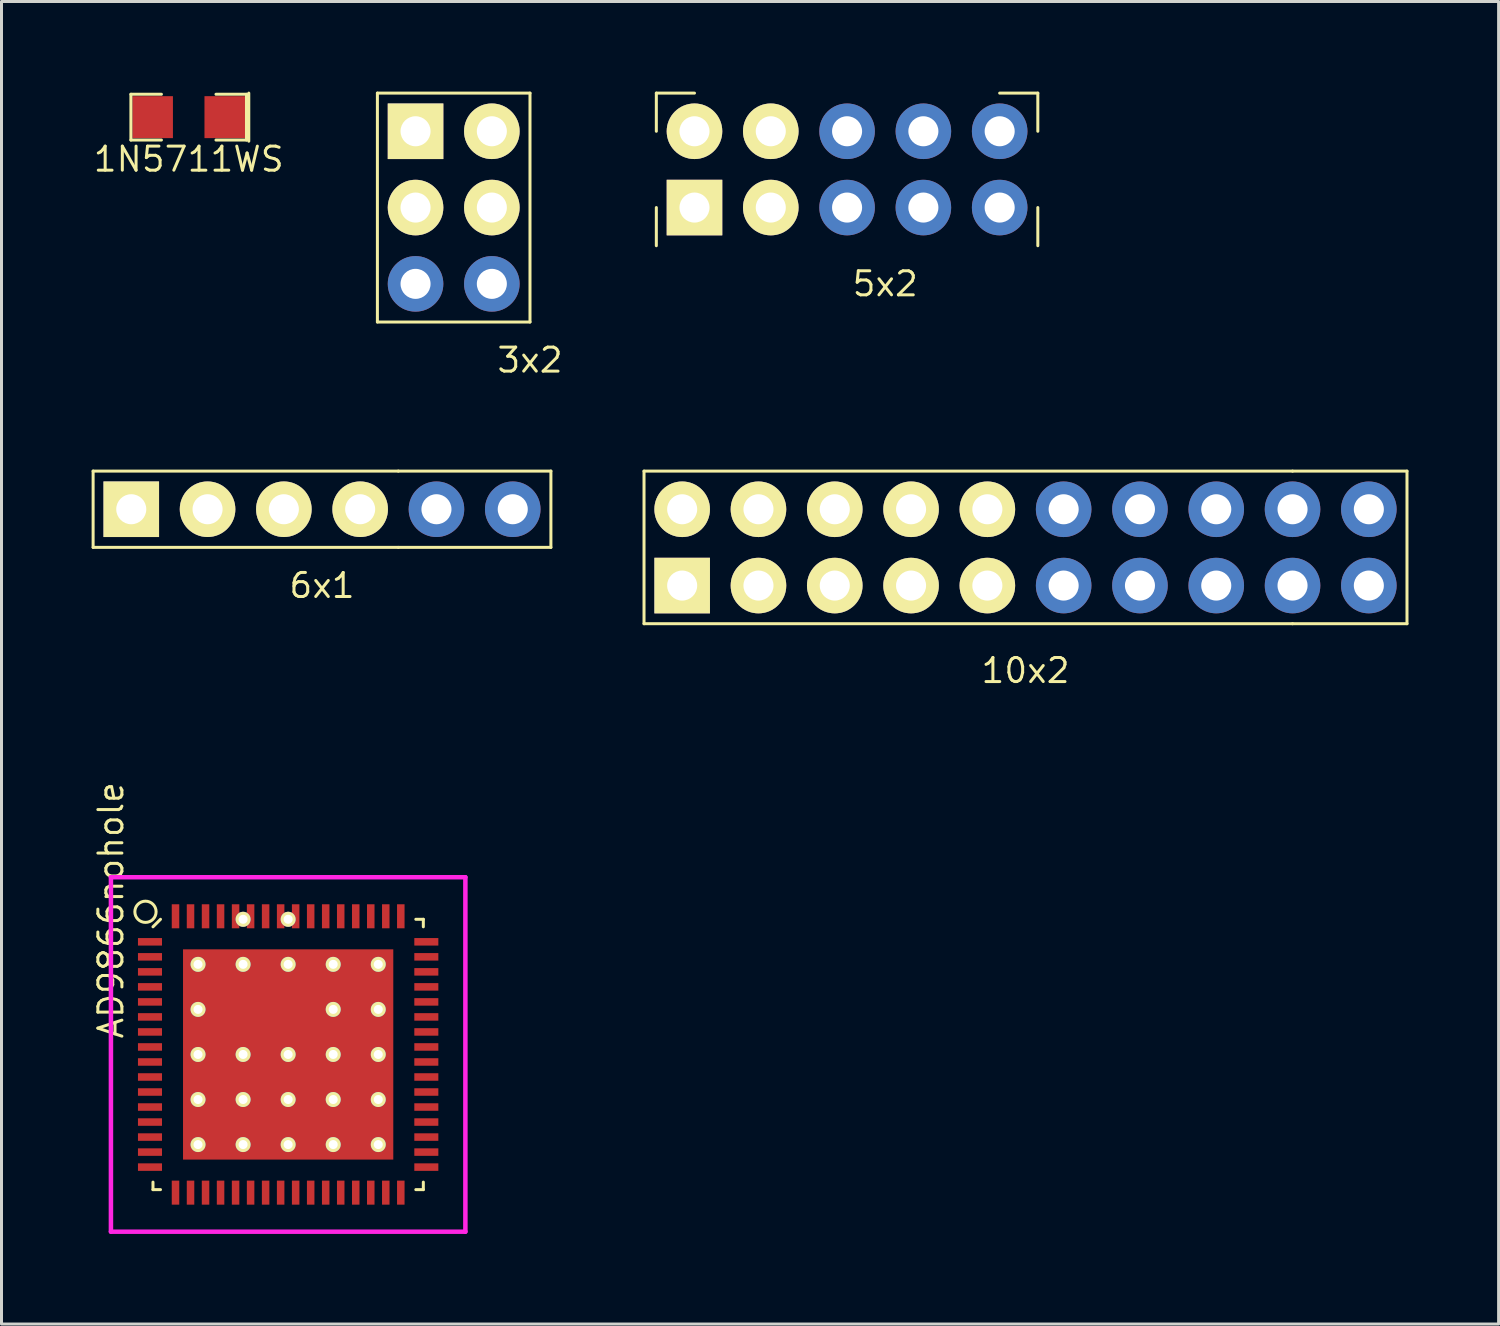
<source format=kicad_pcb>
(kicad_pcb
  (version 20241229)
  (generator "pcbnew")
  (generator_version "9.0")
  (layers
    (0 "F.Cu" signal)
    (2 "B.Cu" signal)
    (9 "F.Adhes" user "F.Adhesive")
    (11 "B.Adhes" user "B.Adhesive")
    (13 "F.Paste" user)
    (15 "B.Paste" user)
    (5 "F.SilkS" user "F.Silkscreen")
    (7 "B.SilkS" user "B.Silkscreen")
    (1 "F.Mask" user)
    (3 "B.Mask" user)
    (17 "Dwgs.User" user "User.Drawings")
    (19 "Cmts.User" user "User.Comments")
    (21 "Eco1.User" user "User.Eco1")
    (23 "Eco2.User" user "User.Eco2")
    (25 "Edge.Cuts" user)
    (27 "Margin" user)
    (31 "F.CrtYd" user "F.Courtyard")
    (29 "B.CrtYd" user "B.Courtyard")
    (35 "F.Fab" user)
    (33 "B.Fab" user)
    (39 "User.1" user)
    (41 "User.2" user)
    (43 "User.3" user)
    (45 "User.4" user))
  (footprint "1N5711WS"
    (layer "F.Cu")
    (at 3.232 0.85)
    (property "Reference" "1N5711WS" (at 0 1.4 0) (layer "F.SilkS") (effects (font (size 0.8 0.8) (thickness 0.1))))
    (attr smd)
    (fp_line (start -1.924 -0.762) (end -0.908 -0.762) (stroke (width 0.1) (type solid)) (layer "F.SilkS"))
    (fp_line (start -1.924 0.762) (end -1.924 -0.762) (stroke (width 0.1) (type solid)) (layer "F.SilkS"))
    (fp_line (start -0.908 0.762) (end -1.924 0.762) (stroke (width 0.1) (type solid)) (layer "F.SilkS"))
    (fp_line (start 0.908 -0.762) (end 1.924 -0.762) (stroke (width 0.1) (type solid)) (layer "F.SilkS"))
    (fp_line (start 1.924 -0.762) (end 1.924 0.762) (stroke (width 0.1) (type solid)) (layer "F.SilkS"))
    (fp_line (start 1.924 0.762) (end 0.908 0.762) (stroke (width 0.1) (type solid)) (layer "F.SilkS"))
    (fp_line (start 2 -0.8) (end 2 0.8) (stroke (width 0.1) (type solid)) (layer "F.SilkS"))
    (pad "1" smd rect (at -1.2 0) (size 1.35 1.397) (layers "F.Cu" "F.Mask" "F.Paste"))
    (pad "2" smd rect (at 1.2 0) (size 1.35 1.397) (layers "F.Cu" "F.Mask" "F.Paste")))
  (footprint "5x2"
    (layer "F.Cu")
    (at 20.07 3.86)
    (property "Reference" "5x2" (at 6.35 2.54 0) (layer "F.SilkS") (effects (font (size 0.8 0.8) (thickness 0.1))))
    (attr through_hole)
    (fp_line (start -1.27 -3.81) (end -1.27 -2.54) (stroke (width 0.1) (type solid)) (layer "F.SilkS"))
    (fp_line (start -1.27 0) (end -1.27 1.27) (stroke (width 0.1) (type solid)) (layer "F.SilkS"))
    (fp_line (start 0 -3.81) (end -1.27 -3.81) (stroke (width 0.1) (type solid)) (layer "F.SilkS"))
    (fp_line (start 10.16 -3.81) (end 11.43 -3.81) (stroke (width 0.1) (type solid)) (layer "F.SilkS"))
    (fp_line (start 11.43 -3.81) (end 11.43 -2.54) (stroke (width 0.1) (type solid)) (layer "F.SilkS"))
    (fp_line (start 11.43 0) (end 11.43 1.27) (stroke (width 0.1) (type solid)) (layer "F.SilkS"))
    (pad "1" thru_hole rect (at 0 0) (size 1.85 1.85) (drill 1) (layers "*.Cu" "*.Mask" "F.SilkS"))
    (pad "2" thru_hole circle (at 0 -2.54) (size 1.85 1.85) (drill 1) (layers "*.Cu" "*.Mask" "F.SilkS"))
    (pad "3" thru_hole circle (at 2.54 0) (size 1.85 1.85) (drill 1) (layers "*.Cu" "*.Mask" "F.SilkS"))
    (pad "4" thru_hole circle (at 2.54 -2.54) (size 1.85 1.85) (drill 1) (layers "*.Cu" "*.Mask" "F.SilkS"))
    (pad "5" thru_hole circle (at 5.08 0) (size 1.85 1.85) (drill 1) (layers "*.Cu" "*.Mask"))
    (pad "6" thru_hole circle (at 5.08 -2.54) (size 1.85 1.85) (drill 1) (layers "*.Cu" "*.Mask"))
    (pad "7" thru_hole circle (at 7.62 0) (size 1.85 1.85) (drill 1) (layers "*.Cu" "*.Mask"))
    (pad "8" thru_hole circle (at 7.62 -2.54) (size 1.85 1.85) (drill 1) (layers "*.Cu" "*.Mask"))
    (pad "9" thru_hole circle (at 10.16 0) (size 1.85 1.85) (drill 1) (layers "*.Cu" "*.Mask"))
    (pad "10" thru_hole circle (at 10.16 -2.54) (size 1.85 1.85) (drill 1) (layers "*.Cu" "*.Mask")))
  (footprint "6x1"
    (layer "F.Cu")
    (at 1.32 13.903)
    (property "Reference" "6x1" (at 6.35 2.54 0) (layer "F.SilkS") (effects (font (size 0.8 0.8) (thickness 0.1))))
    (attr through_hole)
    (fp_line (start -1.27 -1.27) (end -1.27 1.27) (stroke (width 0.1) (type solid)) (layer "F.SilkS"))
    (fp_line (start -1.27 1.27) (end 8.89 1.27) (stroke (width 0.1) (type solid)) (layer "F.SilkS"))
    (fp_line (start 8.89 -1.27) (end -1.27 -1.27) (stroke (width 0.1) (type solid)) (layer "F.SilkS"))
    (fp_line (start 8.89 -1.27) (end 13.97 -1.27) (stroke (width 0.1) (type solid)) (layer "F.SilkS"))
    (fp_line (start 8.89 1.27) (end 13.97 1.27) (stroke (width 0.1) (type solid)) (layer "F.SilkS"))
    (fp_line (start 13.97 1.27) (end 13.97 -1.27) (stroke (width 0.1) (type solid)) (layer "F.SilkS"))
    (pad "1" thru_hole rect (at 0 0) (size 1.85 1.85) (drill 1) (layers "*.Cu" "*.Mask" "F.SilkS"))
    (pad "2" thru_hole circle (at 2.54 0) (size 1.85 1.85) (drill 1) (layers "*.Cu" "*.Mask" "F.SilkS"))
    (pad "3" thru_hole circle (at 5.08 0) (size 1.85 1.85) (drill 1) (layers "*.Cu" "*.Mask" "F.SilkS"))
    (pad "4" thru_hole circle (at 7.62 0) (size 1.85 1.85) (drill 1) (layers "*.Cu" "*.Mask" "F.SilkS"))
    (pad "5" thru_hole circle (at 10.16 0) (size 1.85 1.85) (drill 1) (layers "*.Cu" "*.Mask"))
    (pad "6" thru_hole circle (at 12.7 0) (size 1.85 1.85) (drill 1) (layers "*.Cu" "*.Mask")))
  (footprint "10x2"
    (layer "F.Cu")
    (at 31.09 15.174)
    (property "Reference" "10x2" (at 0 4.1 0) (layer "F.SilkS") (effects (font (size 0.8 0.8) (thickness 0.1))))
    (attr through_hole)
    (fp_line (start -12.7 -2.54) (end -12.7 2.54) (stroke (width 0.1) (type solid)) (layer "F.SilkS"))
    (fp_line (start -12.7 -2.54) (end 8.89 -2.54) (stroke (width 0.1) (type solid)) (layer "F.SilkS"))
    (fp_line (start -12.7 2.54) (end 8.89 2.54) (stroke (width 0.1) (type solid)) (layer "F.SilkS"))
    (fp_line (start 8.89 -2.54) (end 12.7 -2.54) (stroke (width 0.1) (type solid)) (layer "F.SilkS"))
    (fp_line (start 12.7 -2.54) (end 12.7 2.54) (stroke (width 0.1) (type solid)) (layer "F.SilkS"))
    (fp_line (start 12.7 2.54) (end 8.89 2.54) (stroke (width 0.1) (type solid)) (layer "F.SilkS"))
    (pad "1" thru_hole rect (at -11.43 1.27) (size 1.85 1.85) (drill 1) (layers "*.Cu" "*.Mask" "F.SilkS"))
    (pad "2" thru_hole circle (at -11.43 -1.27) (size 1.85 1.85) (drill 1) (layers "*.Cu" "*.Mask" "F.SilkS"))
    (pad "3" thru_hole circle (at -8.89 1.27) (size 1.85 1.85) (drill 1) (layers "*.Cu" "*.Mask" "F.SilkS"))
    (pad "4" thru_hole circle (at -8.89 -1.27) (size 1.85 1.85) (drill 1) (layers "*.Cu" "*.Mask" "F.SilkS"))
    (pad "5" thru_hole circle (at -6.35 1.27) (size 1.85 1.85) (drill 1) (layers "*.Cu" "*.Mask" "F.SilkS"))
    (pad "6" thru_hole circle (at -6.35 -1.27) (size 1.85 1.85) (drill 1) (layers "*.Cu" "*.Mask" "F.SilkS"))
    (pad "7" thru_hole circle (at -3.81 1.27) (size 1.85 1.85) (drill 1) (layers "*.Cu" "*.Mask" "F.SilkS"))
    (pad "8" thru_hole circle (at -3.81 -1.27) (size 1.85 1.85) (drill 1) (layers "*.Cu" "*.Mask" "F.SilkS"))
    (pad "9" thru_hole circle (at -1.27 1.27) (size 1.85 1.85) (drill 1) (layers "*.Cu" "*.Mask" "F.SilkS"))
    (pad "10" thru_hole circle (at -1.27 -1.27) (size 1.85 1.85) (drill 1) (layers "*.Cu" "*.Mask" "F.SilkS"))
    (pad "11" thru_hole circle (at 1.27 1.27) (size 1.85 1.85) (drill 1) (layers "*.Cu" "*.Mask"))
    (pad "12" thru_hole circle (at 1.27 -1.27) (size 1.85 1.85) (drill 1) (layers "*.Cu" "*.Mask"))
    (pad "13" thru_hole circle (at 3.81 1.27) (size 1.85 1.85) (drill 1) (layers "*.Cu" "*.Mask"))
    (pad "14" thru_hole circle (at 3.81 -1.27) (size 1.85 1.85) (drill 1) (layers "*.Cu" "*.Mask"))
    (pad "15" thru_hole circle (at 6.35 1.27) (size 1.85 1.85) (drill 1) (layers "*.Cu" "*.Mask"))
    (pad "16" thru_hole circle (at 6.35 -1.27) (size 1.85 1.85) (drill 1) (layers "*.Cu" "*.Mask"))
    (pad "17" thru_hole circle (at 8.89 1.27) (size 1.85 1.85) (drill 1) (layers "*.Cu" "*.Mask"))
    (pad "18" thru_hole circle (at 8.89 -1.27) (size 1.85 1.85) (drill 1) (layers "*.Cu" "*.Mask"))
    (pad "19" thru_hole circle (at 11.43 1.27) (size 1.85 1.85) (drill 1) (layers "*.Cu" "*.Mask"))
    (pad "20" thru_hole circle (at 11.43 -1.27) (size 1.85 1.85) (drill 1) (layers "*.Cu" "*.Mask")))
  (footprint "AD9866nohole"
    (layer "F.Cu")
    (at 6.543 32.054)
    (property "Reference" "AD9866nohole" (at -5.9 -4.8 90) (layer "F.SilkS") (effects (font (size 0.8 0.8) (thickness 0.1))))
    (attr through_hole)
    (fp_line (start -4.5 -4.25) (end -4.25 -4.5) (stroke (width 0.1) (type solid)) (layer "F.SilkS"))
    (fp_line (start -4.5 4.5) (end -4.5 4.25) (stroke (width 0.1) (type solid)) (layer "F.SilkS"))
    (fp_line (start -4.25 4.5) (end -4.5 4.5) (stroke (width 0.1) (type solid)) (layer "F.SilkS"))
    (fp_line (start 4.25 -4.5) (end 4.5 -4.5) (stroke (width 0.1) (type solid)) (layer "F.SilkS"))
    (fp_line (start 4.25 4.5) (end 4.5 4.5) (stroke (width 0.1) (type solid)) (layer "F.SilkS"))
    (fp_line (start 4.5 -4.5) (end 4.5 -4.25) (stroke (width 0.1) (type solid)) (layer "F.SilkS"))
    (fp_line (start 4.5 4.5) (end 4.5 4.25) (stroke (width 0.1) (type solid)) (layer "F.SilkS"))
    (fp_circle (center -4.75 -4.75) (end -4.5 -4.5) (stroke (width 0.1) (type solid)) (fill no) (layer "F.SilkS"))
    (fp_line (start -5.9 -5.9) (end 5.9 -5.9) (stroke (width 0.15) (type solid)) (layer "F.CrtYd"))
    (fp_line (start -5.9 5.9) (end -5.9 -5.9) (stroke (width 0.15) (type solid)) (layer "F.CrtYd"))
    (fp_line (start 5.9 -5.9) (end 5.9 5.9) (stroke (width 0.15) (type solid)) (layer "F.CrtYd"))
    (fp_line (start 5.9 5.9) (end -5.9 5.9) (stroke (width 0.15) (type solid)) (layer "F.CrtYd"))
    (pad "1" smd rect (at -4.6 -3.75 90) (size 0.25 0.8) (layers "F.Cu" "F.Mask" "F.Paste"))
    (pad "2" smd rect (at -4.6 -3.25 90) (size 0.25 0.8) (layers "F.Cu" "F.Mask" "F.Paste"))
    (pad "3" smd rect (at -4.6 -2.75 90) (size 0.25 0.8) (layers "F.Cu" "F.Mask" "F.Paste"))
    (pad "4" smd rect (at -4.6 -2.25 90) (size 0.25 0.8) (layers "F.Cu" "F.Mask" "F.Paste"))
    (pad "5" smd rect (at -4.6 -1.75 90) (size 0.25 0.8) (layers "F.Cu" "F.Mask" "F.Paste"))
    (pad "6" smd rect (at -4.6 -1.25 90) (size 0.25 0.8) (layers "F.Cu" "F.Mask" "F.Paste"))
    (pad "7" smd rect (at -4.6 -0.75 90) (size 0.25 0.8) (layers "F.Cu" "F.Mask" "F.Paste"))
    (pad "8" smd rect (at -4.6 -0.25 90) (size 0.25 0.8) (layers "F.Cu" "F.Mask" "F.Paste"))
    (pad "9" smd rect (at -4.6 0.25 90) (size 0.25 0.8) (layers "F.Cu" "F.Mask" "F.Paste"))
    (pad "10" smd rect (at -4.6 0.75 90) (size 0.25 0.8) (layers "F.Cu" "F.Mask" "F.Paste"))
    (pad "11" smd rect (at -4.6 1.25 90) (size 0.25 0.8) (layers "F.Cu" "F.Mask" "F.Paste"))
    (pad "12" smd rect (at -4.6 1.75 90) (size 0.25 0.8) (layers "F.Cu" "F.Mask" "F.Paste"))
    (pad "13" smd rect (at -4.6 2.25 90) (size 0.25 0.8) (layers "F.Cu" "F.Mask" "F.Paste"))
    (pad "14" smd rect (at -4.6 2.75 90) (size 0.25 0.8) (layers "F.Cu" "F.Mask" "F.Paste"))
    (pad "15" smd rect (at -4.6 3.25 90) (size 0.25 0.8) (layers "F.Cu" "F.Mask" "F.Paste"))
    (pad "16" smd rect (at -4.6 3.75 90) (size 0.25 0.8) (layers "F.Cu" "F.Mask" "F.Paste"))
    (pad "17" smd rect (at -3.75 4.6) (size 0.25 0.8) (layers "F.Cu" "F.Mask" "F.Paste"))
    (pad "18" smd rect (at -3.25 4.6) (size 0.25 0.8) (layers "F.Cu" "F.Mask" "F.Paste"))
    (pad "19" smd rect (at -2.75 4.6) (size 0.25 0.8) (layers "F.Cu" "F.Mask" "F.Paste"))
    (pad "20" smd rect (at -2.25 4.6) (size 0.25 0.8) (layers "F.Cu" "F.Mask" "F.Paste"))
    (pad "21" smd rect (at -1.75 4.6) (size 0.25 0.8) (layers "F.Cu" "F.Mask" "F.Paste"))
    (pad "22" smd rect (at -1.25 4.6) (size 0.25 0.8) (layers "F.Cu" "F.Mask" "F.Paste"))
    (pad "23" smd rect (at -0.75 4.6) (size 0.25 0.8) (layers "F.Cu" "F.Mask" "F.Paste"))
    (pad "24" smd rect (at -0.25 4.6) (size 0.25 0.8) (layers "F.Cu" "F.Mask" "F.Paste"))
    (pad "25" smd rect (at 0.25 4.6) (size 0.25 0.8) (layers "F.Cu" "F.Mask" "F.Paste"))
    (pad "26" smd rect (at 0.75 4.6) (size 0.25 0.8) (layers "F.Cu" "F.Mask" "F.Paste"))
    (pad "27" smd rect (at 1.25 4.6) (size 0.25 0.8) (layers "F.Cu" "F.Mask" "F.Paste"))
    (pad "28" smd rect (at 1.75 4.6) (size 0.25 0.8) (layers "F.Cu" "F.Mask" "F.Paste"))
    (pad "29" smd rect (at 2.25 4.6) (size 0.25 0.8) (layers "F.Cu" "F.Mask" "F.Paste"))
    (pad "30" smd rect (at 2.75 4.6) (size 0.25 0.8) (layers "F.Cu" "F.Mask" "F.Paste"))
    (pad "31" smd rect (at 3.25 4.6) (size 0.25 0.8) (layers "F.Cu" "F.Mask" "F.Paste"))
    (pad "32" smd rect (at 3.75 4.6) (size 0.25 0.8) (layers "F.Cu" "F.Mask" "F.Paste"))
    (pad "33" smd rect (at 4.6 3.75 90) (size 0.25 0.8) (layers "F.Cu" "F.Mask" "F.Paste"))
    (pad "34" smd rect (at 4.6 3.25 90) (size 0.25 0.8) (layers "F.Cu" "F.Mask" "F.Paste"))
    (pad "35" smd rect (at 4.6 2.75 90) (size 0.25 0.8) (layers "F.Cu" "F.Mask" "F.Paste"))
    (pad "36" smd rect (at 4.6 2.25 90) (size 0.25 0.8) (layers "F.Cu" "F.Mask" "F.Paste"))
    (pad "37" smd rect (at 4.6 1.75 90) (size 0.25 0.8) (layers "F.Cu" "F.Mask" "F.Paste"))
    (pad "38" smd rect (at 4.6 1.25 90) (size 0.25 0.8) (layers "F.Cu" "F.Mask" "F.Paste"))
    (pad "39" smd rect (at 4.6 0.75 90) (size 0.25 0.8) (layers "F.Cu" "F.Mask" "F.Paste"))
    (pad "40" smd rect (at 4.6 0.25 90) (size 0.25 0.8) (layers "F.Cu" "F.Mask" "F.Paste"))
    (pad "41" smd rect (at 4.6 -0.25 90) (size 0.25 0.8) (layers "F.Cu" "F.Mask" "F.Paste"))
    (pad "42" smd rect (at 4.6 -0.75 90) (size 0.25 0.8) (layers "F.Cu" "F.Mask" "F.Paste"))
    (pad "43" smd rect (at 4.6 -1.25 90) (size 0.25 0.8) (layers "F.Cu" "F.Mask" "F.Paste"))
    (pad "44" smd rect (at 4.6 -1.75 90) (size 0.25 0.8) (layers "F.Cu" "F.Mask" "F.Paste"))
    (pad "45" smd rect (at 4.6 -2.25 90) (size 0.25 0.8) (layers "F.Cu" "F.Mask" "F.Paste"))
    (pad "46" smd rect (at 4.6 -2.75 90) (size 0.25 0.8) (layers "F.Cu" "F.Mask" "F.Paste"))
    (pad "47" smd rect (at 4.6 -3.25 90) (size 0.25 0.8) (layers "F.Cu" "F.Mask" "F.Paste"))
    (pad "48" smd rect (at 4.6 -3.75 90) (size 0.25 0.8) (layers "F.Cu" "F.Mask" "F.Paste"))
    (pad "49" smd rect (at 3.75 -4.6) (size 0.25 0.8) (layers "F.Cu" "F.Mask" "F.Paste"))
    (pad "50" smd rect (at 3.25 -4.6) (size 0.25 0.8) (layers "F.Cu" "F.Mask" "F.Paste"))
    (pad "51" smd rect (at 2.75 -4.6) (size 0.25 0.8) (layers "F.Cu" "F.Mask" "F.Paste"))
    (pad "52" smd rect (at 2.25 -4.6) (size 0.25 0.8) (layers "F.Cu" "F.Mask" "F.Paste"))
    (pad "53" smd rect (at 1.75 -4.6) (size 0.25 0.8) (layers "F.Cu" "F.Mask" "F.Paste"))
    (pad "54" smd rect (at 1.25 -4.6) (size 0.25 0.8) (layers "F.Cu" "F.Mask" "F.Paste"))
    (pad "55" smd rect (at 0.75 -4.6) (size 0.25 0.8) (layers "F.Cu" "F.Mask" "F.Paste"))
    (pad "56" smd rect (at 0.25 -4.6) (size 0.25 0.8) (layers "F.Cu" "F.Mask" "F.Paste"))
    (pad "57" smd rect (at -0.25 -4.6) (size 0.25 0.8) (layers "F.Cu" "F.Mask" "F.Paste"))
    (pad "58" smd rect (at -0.75 -4.6) (size 0.25 0.8) (layers "F.Cu" "F.Mask" "F.Paste"))
    (pad "59" smd rect (at -1.25 -4.6) (size 0.25 0.8) (layers "F.Cu" "F.Mask" "F.Paste"))
    (pad "60" smd rect (at -1.75 -4.6) (size 0.25 0.8) (layers "F.Cu" "F.Mask" "F.Paste"))
    (pad "61" smd rect (at -2.25 -4.6) (size 0.25 0.8) (layers "F.Cu" "F.Mask" "F.Paste"))
    (pad "62" smd rect (at -2.75 -4.6) (size 0.25 0.8) (layers "F.Cu" "F.Mask" "F.Paste"))
    (pad "63" smd rect (at -3.25 -4.6) (size 0.25 0.8) (layers "F.Cu" "F.Mask" "F.Paste"))
    (pad "64" smd rect (at -3.75 -4.6) (size 0.25 0.8) (layers "F.Cu" "F.Mask" "F.Paste"))
    (pad "65" thru_hole circle (at -3 -3) (size 0.5 0.5) (drill 0.3) (layers "*.Cu" "*.Mask" "F.SilkS"))
    (pad "65" thru_hole circle (at -3 -1.5) (size 0.5 0.5) (drill 0.3) (layers "*.Cu" "*.Mask" "F.SilkS"))
    (pad "65" thru_hole circle (at -3 0) (size 0.5 0.5) (drill 0.3) (layers "*.Cu" "*.Mask" "F.SilkS"))
    (pad "65" thru_hole circle (at -3 1.5) (size 0.5 0.5) (drill 0.3) (layers "*.Cu" "*.Mask" "F.SilkS"))
    (pad "65" thru_hole circle (at -3 3) (size 0.5 0.5) (drill 0.3) (layers "*.Cu" "*.Mask" "F.SilkS"))
    (pad "65" smd rect (at -1.75 -1.75) (size 2.5 2.5) (layers "F.Cu" "F.Mask" "F.Paste"))
    (pad "65" smd rect (at -1.75 1.75) (size 2.5 2.5) (layers "F.Cu" "F.Mask" "F.Paste"))
    (pad "65" thru_hole circle (at -1.5 -4.5) (size 0.5 0.5) (drill 0.3) (layers "*.Cu" "*.Mask" "F.SilkS"))
    (pad "65" thru_hole circle (at -1.5 -3) (size 0.5 0.5) (drill 0.3) (layers "*.Cu" "*.Mask" "F.SilkS"))
    (pad "65" thru_hole circle (at -1.5 0) (size 0.5 0.5) (drill 0.3) (layers "*.Cu" "*.Mask" "F.SilkS"))
    (pad "65" thru_hole circle (at -1.5 1.5) (size 0.5 0.5) (drill 0.3) (layers "*.Cu" "*.Mask" "F.SilkS"))
    (pad "65" thru_hole circle (at -1.5 3) (size 0.5 0.5) (drill 0.3) (layers "*.Cu" "*.Mask" "F.SilkS"))
    (pad "65" thru_hole circle (at 0 -4.5) (size 0.5 0.5) (drill 0.3) (layers "*.Cu" "*.Mask" "F.SilkS"))
    (pad "65" thru_hole circle (at 0 -3) (size 0.5 0.5) (drill 0.3) (layers "*.Cu" "*.Mask" "F.SilkS"))
    (pad "65" thru_hole circle (at 0 0) (size 0.5 0.5) (drill 0.3) (layers "*.Cu" "*.Mask" "F.SilkS"))
    (pad "65" smd rect (at 0 0) (size 7 7) (layers "F.Cu" "F.Mask"))
    (pad "65" thru_hole circle (at 0 1.5) (size 0.5 0.5) (drill 0.3) (layers "*.Cu" "*.Mask" "F.SilkS"))
    (pad "65" thru_hole circle (at 0 3) (size 0.5 0.5) (drill 0.3) (layers "*.Cu" "*.Mask" "F.SilkS"))
    (pad "65" thru_hole circle (at 1.5 -3) (size 0.5 0.5) (drill 0.3) (layers "*.Cu" "*.Mask" "F.SilkS"))
    (pad "65" thru_hole circle (at 1.5 -1.5) (size 0.5 0.5) (drill 0.3) (layers "*.Cu" "*.Mask" "F.SilkS"))
    (pad "65" thru_hole circle (at 1.5 0) (size 0.5 0.5) (drill 0.3) (layers "*.Cu" "*.Mask" "F.SilkS"))
    (pad "65" thru_hole circle (at 1.5 1.5) (size 0.5 0.5) (drill 0.3) (layers "*.Cu" "*.Mask" "F.SilkS"))
    (pad "65" thru_hole circle (at 1.5 3) (size 0.5 0.5) (drill 0.3) (layers "*.Cu" "*.Mask" "F.SilkS"))
    (pad "65" smd rect (at 1.75 -1.75) (size 2.5 2.5) (layers "F.Cu" "F.Mask" "F.Paste"))
    (pad "65" smd rect (at 1.75 1.75) (size 2.5 2.5) (layers "F.Cu" "F.Mask" "F.Paste"))
    (pad "65" thru_hole circle (at 3 -3) (size 0.5 0.5) (drill 0.3) (layers "*.Cu" "*.Mask" "F.SilkS"))
    (pad "65" thru_hole circle (at 3 -1.5) (size 0.5 0.5) (drill 0.3) (layers "*.Cu" "*.Mask" "F.SilkS"))
    (pad "65" thru_hole circle (at 3 0) (size 0.5 0.5) (drill 0.3) (layers "*.Cu" "*.Mask" "F.SilkS"))
    (pad "65" thru_hole circle (at 3 1.5) (size 0.5 0.5) (drill 0.3) (layers "*.Cu" "*.Mask" "F.SilkS"))
    (pad "65" thru_hole circle (at 3 3) (size 0.5 0.5) (drill 0.3) (layers "*.Cu" "*.Mask" "F.SilkS")))
  (footprint "3x2"
    (layer "F.Cu")
    (at 10.784 3.86)
    (property "Reference" "3x2" (at 3.81 5.08 0) (layer "F.SilkS") (effects (font (size 0.8 0.8) (thickness 0.1))))
    (attr through_hole)
    (fp_line (start -1.27 -3.81) (end 3.81 -3.81) (stroke (width 0.1) (type solid)) (layer "F.SilkS"))
    (fp_line (start -1.27 3.81) (end -1.27 -3.81) (stroke (width 0.1) (type solid)) (layer "F.SilkS"))
    (fp_line (start 3.81 -3.81) (end 3.81 3.81) (stroke (width 0.1) (type solid)) (layer "F.SilkS"))
    (fp_line (start 3.81 3.81) (end -1.27 3.81) (stroke (width 0.1) (type solid)) (layer "F.SilkS"))
    (pad "1" thru_hole rect (at 0 -2.54) (size 1.85 1.85) (drill 1) (layers "*.Cu" "*.Mask" "F.SilkS"))
    (pad "2" thru_hole circle (at 2.54 -2.54) (size 1.85 1.85) (drill 1) (layers "*.Cu" "*.Mask" "F.SilkS"))
    (pad "3" thru_hole circle (at 0 0) (size 1.85 1.85) (drill 1) (layers "*.Cu" "*.Mask" "F.SilkS"))
    (pad "4" thru_hole circle (at 2.54 0) (size 1.85 1.85) (drill 1) (layers "*.Cu" "*.Mask" "F.SilkS"))
    (pad "5" thru_hole circle (at 0 2.54) (size 1.85 1.85) (drill 1) (layers "*.Cu" "*.Mask"))
    (pad "6" thru_hole circle (at 2.54 2.54) (size 1.85 1.85) (drill 1) (layers "*.Cu" "*.Mask")))
  (gr_rect
    (start -3 -3)
    (end 46.84 41.029)
    (stroke (width 0.1) (type default))
    (fill no)
    (layer "Edge.Cuts")))
</source>
